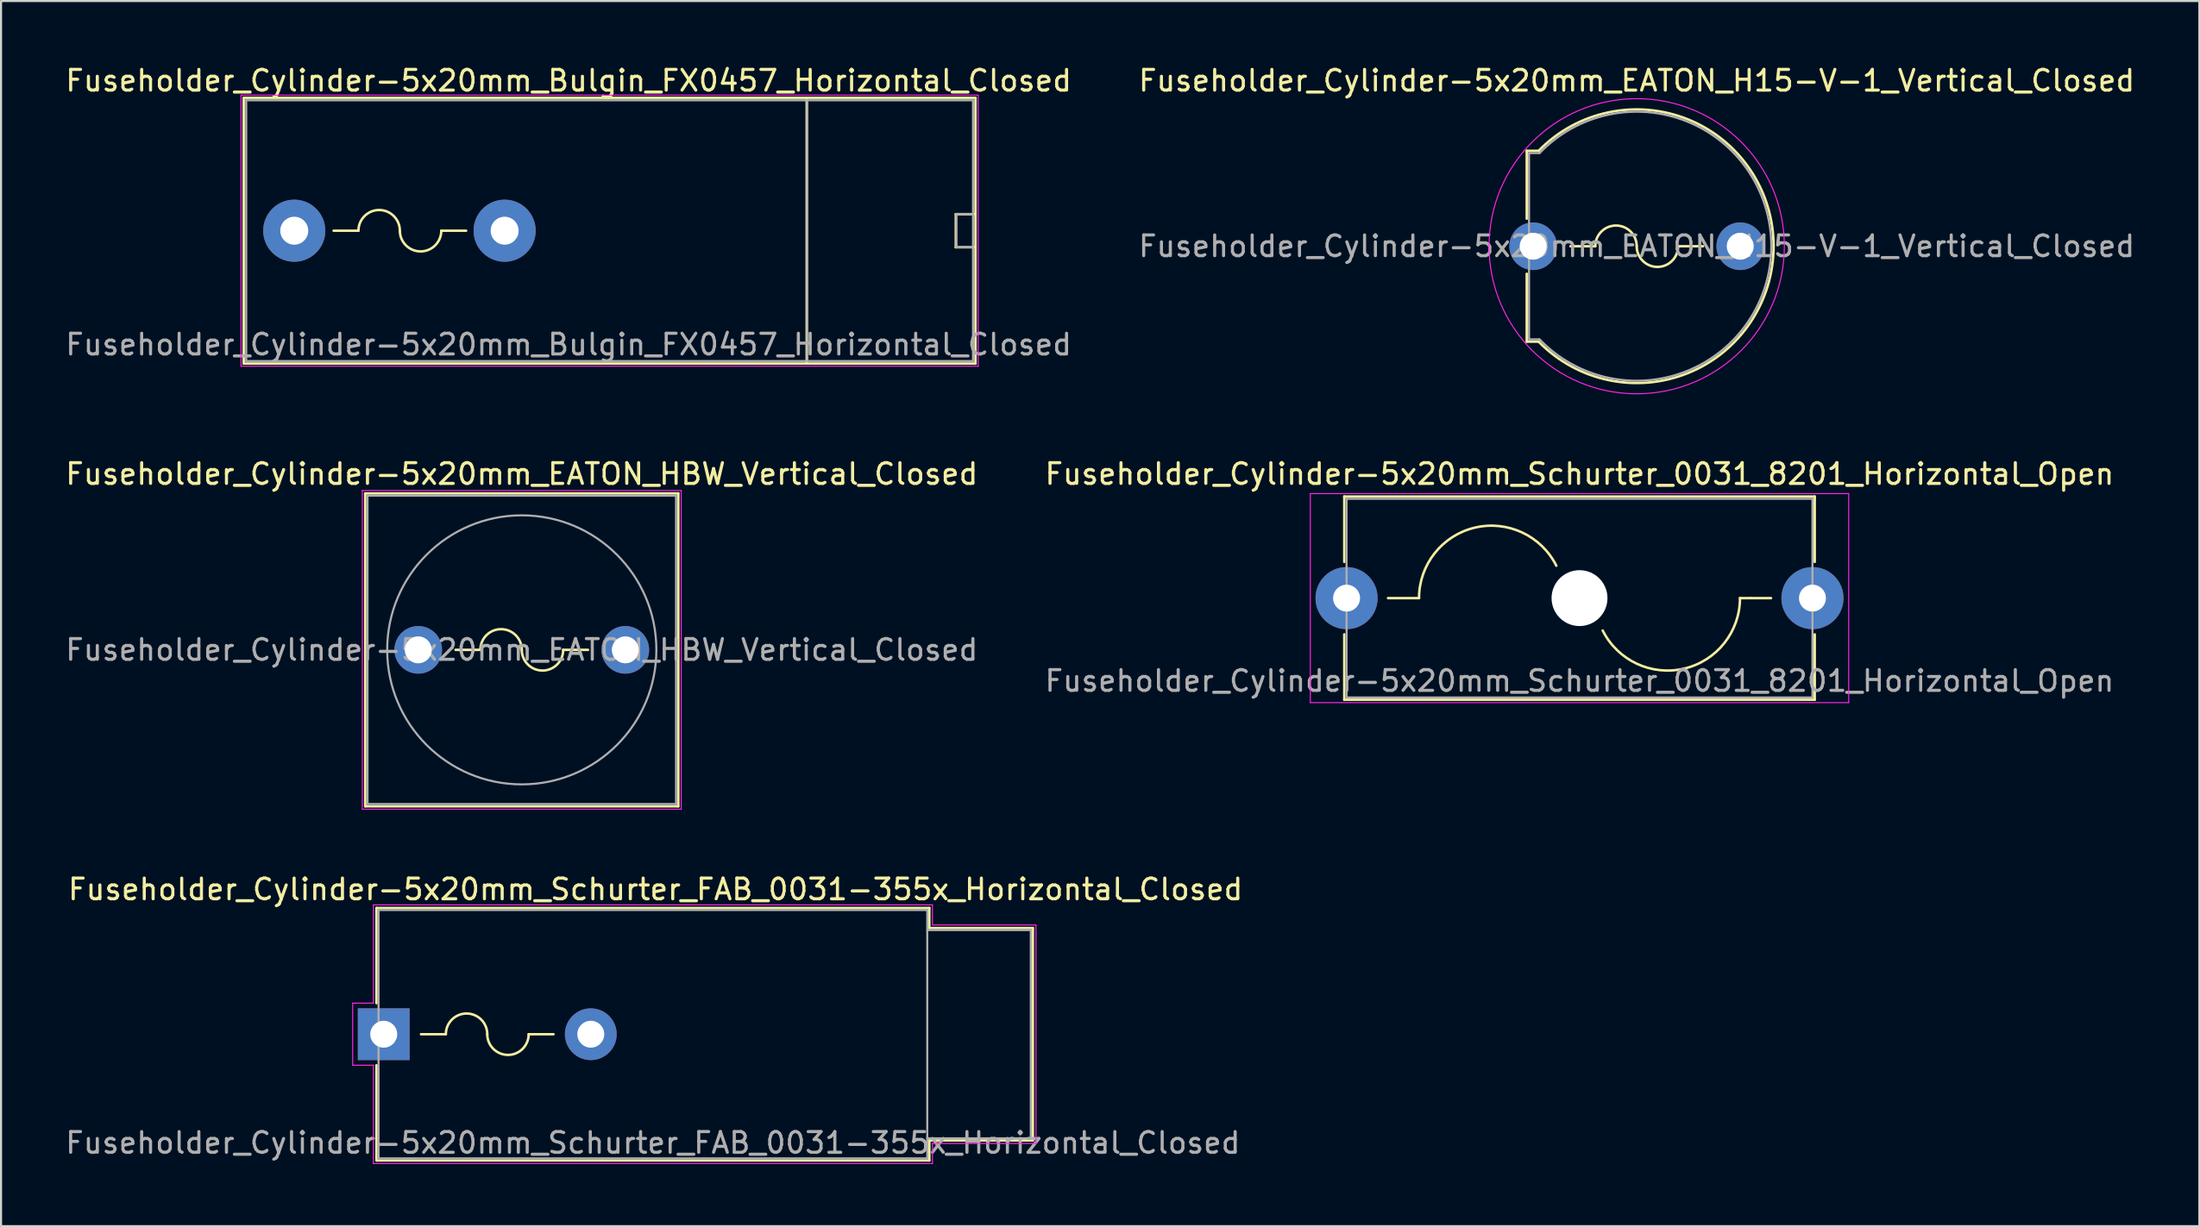
<source format=kicad_pcb>
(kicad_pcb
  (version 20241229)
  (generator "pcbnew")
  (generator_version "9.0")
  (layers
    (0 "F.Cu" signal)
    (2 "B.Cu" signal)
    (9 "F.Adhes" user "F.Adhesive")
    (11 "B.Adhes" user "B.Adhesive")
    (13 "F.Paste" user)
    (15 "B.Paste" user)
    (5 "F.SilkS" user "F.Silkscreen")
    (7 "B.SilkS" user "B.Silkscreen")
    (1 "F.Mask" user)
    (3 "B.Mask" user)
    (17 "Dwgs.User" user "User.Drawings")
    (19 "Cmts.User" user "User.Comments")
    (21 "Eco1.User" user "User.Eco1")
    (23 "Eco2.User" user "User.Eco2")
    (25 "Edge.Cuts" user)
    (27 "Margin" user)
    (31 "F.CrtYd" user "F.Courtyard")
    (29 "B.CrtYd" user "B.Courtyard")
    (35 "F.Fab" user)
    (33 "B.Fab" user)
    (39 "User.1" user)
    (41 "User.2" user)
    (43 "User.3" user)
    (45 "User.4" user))
  (footprint "Fuseholder_Cylinder-5x20mm_Schurter_0031_8201_Horizontal_Open"
    (layer "F.Cu")
    (at 61.982 25.852)
    (property "Reference" "Fuseholder_Cylinder-5x20mm_Schurter_0031_8201_Horizontal_Open" (at 11.25 -6 0) (layer "F.SilkS") (effects (font (size 1 1) (thickness 0.15))))
    (fp_line (start -0.11 -4.91) (end 22.61 -4.91) (stroke (width 0.12) (type solid)) (layer "F.SilkS"))
    (fp_line (start -0.11 -1.75) (end -0.11 -4.91) (stroke (width 0.12) (type solid)) (layer "F.SilkS"))
    (fp_line (start -0.11 4.91) (end -0.11 1.75) (stroke (width 0.12) (type solid)) (layer "F.SilkS"))
    (fp_line (start -0.11 4.91) (end 22.61 4.91) (stroke (width 0.12) (type solid)) (layer "F.SilkS"))
    (fp_line (start 2 0) (end 3.5 0) (stroke (width 0.12) (type solid)) (layer "F.SilkS"))
    (fp_line (start 19.5 0) (end 19 0) (stroke (width 0.12) (type solid)) (layer "F.SilkS"))
    (fp_line (start 20.5 0) (end 19.5 0) (stroke (width 0.12) (type solid)) (layer "F.SilkS"))
    (fp_line (start 22.61 -1.75) (end 22.61 -4.91) (stroke (width 0.12) (type solid)) (layer "F.SilkS"))
    (fp_line (start 22.61 4.91) (end 22.61 1.75) (stroke (width 0.12) (type solid)) (layer "F.SilkS"))
    (fp_arc (start 3.5 0) (mid 6.195865 -3.406371) (end 10.130495 -1.565248) (stroke (width 0.12) (type solid)) (layer "F.SilkS"))
    (fp_arc (start 19 0) (mid 16.304135 3.406371) (end 12.369505 1.565248) (stroke (width 0.12) (type solid)) (layer "F.SilkS"))
    (fp_line (start -1.75 -5.05) (end 24.25 -5.05) (stroke (width 0.05) (type solid)) (layer "F.CrtYd"))
    (fp_line (start -1.75 5.05) (end -1.75 -5.05) (stroke (width 0.05) (type solid)) (layer "F.CrtYd"))
    (fp_line (start 24.25 -5.05) (end 24.25 5.05) (stroke (width 0.05) (type solid)) (layer "F.CrtYd"))
    (fp_line (start 24.25 5.05) (end -1.75 5.05) (stroke (width 0.05) (type solid)) (layer "F.CrtYd"))
    (fp_line (start 0 -4.8) (end 0 4.8) (stroke (width 0.1) (type solid)) (layer "F.Fab"))
    (fp_line (start 0 4.8) (end 22.5 4.8) (stroke (width 0.1) (type solid)) (layer "F.Fab"))
    (fp_line (start 22.5 -4.8) (end 0 -4.8) (stroke (width 0.1) (type solid)) (layer "F.Fab"))
    (fp_line (start 22.5 4.8) (end 22.5 -4.8) (stroke (width 0.1) (type solid)) (layer "F.Fab"))
    (fp_text user "${REFERENCE}" (at 11.25 4 0) (layer "F.Fab") (effects (font (size 1 1) (thickness 0.15))))
    (pad "" np_thru_hole circle (at 11.25 0) (size 2.7 2.7) (drill 2.7) (layers "*.Cu" "*.Mask"))
    (pad "1" thru_hole circle (at 0 0) (size 3 3) (drill 1.3) (layers "*.Cu" "*.Mask"))
    (pad "2" thru_hole circle (at 22.5 0) (size 3 3) (drill 1.3) (layers "*.Cu" "*.Mask")))
  (footprint "Fuseholder_Cylinder-5x20mm_Bulgin_FX0457_Horizontal_Closed"
    (layer "F.Cu")
    (at 11.161 8.098)
    (property "Reference" "Fuseholder_Cylinder-5x20mm_Bulgin_FX0457_Horizontal_Closed" (at 13.25 -7.25 0) (layer "F.SilkS") (effects (font (size 1 1) (thickness 0.15))))
    (fp_line (start -2.44 -6.42) (end -2.44 6.42) (stroke (width 0.12) (type solid)) (layer "F.SilkS"))
    (fp_line (start -2.44 -6.42) (end 32.9 -6.42) (stroke (width 0.12) (type solid)) (layer "F.SilkS"))
    (fp_line (start 3.1 0) (end 1.9 0) (stroke (width 0.12) (type solid)) (layer "F.SilkS"))
    (fp_line (start 8.3 0) (end 7.1 0) (stroke (width 0.12) (type solid)) (layer "F.SilkS"))
    (fp_line (start 24.75 -6.4) (end 24.75 6.4) (stroke (width 0.12) (type solid)) (layer "F.SilkS"))
    (fp_line (start 31.95 -0.8) (end 31.95 0.8) (stroke (width 0.12) (type solid)) (layer "F.SilkS"))
    (fp_line (start 31.95 0.8) (end 32.85 0.8) (stroke (width 0.12) (type solid)) (layer "F.SilkS"))
    (fp_line (start 32.85 -0.8) (end 31.95 -0.8) (stroke (width 0.12) (type solid)) (layer "F.SilkS"))
    (fp_line (start 32.9 6.42) (end -2.44 6.42) (stroke (width 0.12) (type solid)) (layer "F.SilkS"))
    (fp_line (start 32.9 6.42) (end 32.9 -6.42) (stroke (width 0.12) (type solid)) (layer "F.SilkS"))
    (fp_arc (start 3.1 0) (mid 4.1 -1) (end 5.1 0) (stroke (width 0.12) (type solid)) (layer "F.SilkS"))
    (fp_arc (start 7.1 0) (mid 6.1 1) (end 5.1 0) (stroke (width 0.12) (type solid)) (layer "F.SilkS"))
    (fp_line (start -2.57 -6.55) (end -2.57 6.55) (stroke (width 0.05) (type solid)) (layer "F.CrtYd"))
    (fp_line (start -2.57 -6.55) (end 33.03 -6.55) (stroke (width 0.05) (type solid)) (layer "F.CrtYd"))
    (fp_line (start 33.03 6.55) (end -2.57 6.55) (stroke (width 0.05) (type solid)) (layer "F.CrtYd"))
    (fp_line (start 33.03 6.55) (end 33.03 -6.55) (stroke (width 0.05) (type solid)) (layer "F.CrtYd"))
    (fp_line (start -2.32 6.3) (end -2.32 -6.3) (stroke (width 0.1) (type solid)) (layer "F.Fab"))
    (fp_line (start -2.32 6.3) (end 32.78 6.3) (stroke (width 0.1) (type solid)) (layer "F.Fab"))
    (fp_line (start 24.78 6.3) (end 24.78 -6.3) (stroke (width 0.1) (type solid)) (layer "F.Fab"))
    (fp_line (start 31.98 -0.8) (end 31.98 0.8) (stroke (width 0.1) (type solid)) (layer "F.Fab"))
    (fp_line (start 31.98 0.8) (end 32.78 0.8) (stroke (width 0.1) (type solid)) (layer "F.Fab"))
    (fp_line (start 32.78 -6.3) (end -2.32 -6.3) (stroke (width 0.1) (type solid)) (layer "F.Fab"))
    (fp_line (start 32.78 -0.8) (end 31.98 -0.8) (stroke (width 0.1) (type solid)) (layer "F.Fab"))
    (fp_line (start 32.78 6.3) (end 32.78 -6.3) (stroke (width 0.1) (type solid)) (layer "F.Fab"))
    (fp_text user "${REFERENCE}" (at 13.25 5.5 0) (layer "F.Fab") (effects (font (size 1 1) (thickness 0.15))))
    (pad "1" thru_hole circle (at 0 0) (size 3 3) (drill 1.35) (layers "*.Cu" "*.Mask"))
    (pad "2" thru_hole circle (at 10.16 0) (size 3 3) (drill 1.35) (layers "*.Cu" "*.Mask")))
  (footprint "Fuseholder_Cylinder-5x20mm_Schurter_FAB_0031-355x_Horizontal_Closed"
    (layer "F.Cu")
    (at 15.482 46.925)
    (property "Reference" "Fuseholder_Cylinder-5x20mm_Schurter_FAB_0031-355x_Horizontal_Closed" (at 13.125 -7 0) (layer "F.SilkS") (effects (font (size 1 1) (thickness 0.15))))
    (fp_line (start -0.35 -6.1) (end -0.35 -1.5) (stroke (width 0.12) (type solid)) (layer "F.SilkS"))
    (fp_line (start -0.35 1.5) (end -0.35 6.1) (stroke (width 0.12) (type solid)) (layer "F.SilkS"))
    (fp_line (start -0.35 6.1) (end 26.35 6.1) (stroke (width 0.12) (type solid)) (layer "F.SilkS"))
    (fp_line (start 3 0) (end 1.8 0) (stroke (width 0.12) (type solid)) (layer "F.SilkS"))
    (fp_line (start 8.2 0) (end 7 0) (stroke (width 0.12) (type solid)) (layer "F.SilkS"))
    (fp_line (start 26.35 -6.1) (end -0.35 -6.1) (stroke (width 0.12) (type solid)) (layer "F.SilkS"))
    (fp_line (start 26.35 -5.13) (end 26.35 -6.1) (stroke (width 0.12) (type solid)) (layer "F.SilkS"))
    (fp_line (start 26.35 -5.13) (end 31.35 -5.13) (stroke (width 0.12) (type solid)) (layer "F.SilkS"))
    (fp_line (start 26.35 5.13) (end 26.35 6.1) (stroke (width 0.12) (type solid)) (layer "F.SilkS"))
    (fp_line (start 31.35 -5.13) (end 31.35 5.13) (stroke (width 0.12) (type solid)) (layer "F.SilkS"))
    (fp_line (start 31.35 5.13) (end 26.35 5.13) (stroke (width 0.12) (type solid)) (layer "F.SilkS"))
    (fp_arc (start 3 0) (mid 4 -1) (end 5 0) (stroke (width 0.12) (type solid)) (layer "F.SilkS"))
    (fp_arc (start 7 0) (mid 6 1) (end 5 0) (stroke (width 0.12) (type solid)) (layer "F.SilkS"))
    (fp_line (start -1.5 -1.5) (end -1.5 1.5) (stroke (width 0.05) (type solid)) (layer "F.CrtYd"))
    (fp_line (start -1.5 1.5) (end -0.5 1.5) (stroke (width 0.05) (type solid)) (layer "F.CrtYd"))
    (fp_line (start -0.5 -6.25) (end -0.5 -1.5) (stroke (width 0.05) (type solid)) (layer "F.CrtYd"))
    (fp_line (start -0.5 -6.25) (end 26.5 -6.25) (stroke (width 0.05) (type solid)) (layer "F.CrtYd"))
    (fp_line (start -0.5 -1.5) (end -1.5 -1.5) (stroke (width 0.05) (type solid)) (layer "F.CrtYd"))
    (fp_line (start -0.5 1.5) (end -0.5 6.25) (stroke (width 0.05) (type solid)) (layer "F.CrtYd"))
    (fp_line (start 26.5 -6.25) (end 26.5 -5.28) (stroke (width 0.05) (type solid)) (layer "F.CrtYd"))
    (fp_line (start 26.5 5.28) (end 26.5 6.25) (stroke (width 0.05) (type solid)) (layer "F.CrtYd"))
    (fp_line (start 26.5 5.28) (end 31.5 5.28) (stroke (width 0.05) (type solid)) (layer "F.CrtYd"))
    (fp_line (start 26.5 6.25) (end -0.5 6.25) (stroke (width 0.05) (type solid)) (layer "F.CrtYd"))
    (fp_line (start 31.5 -5.28) (end 26.5 -5.28) (stroke (width 0.05) (type solid)) (layer "F.CrtYd"))
    (fp_line (start 31.5 5.28) (end 31.5 -5.28) (stroke (width 0.05) (type solid)) (layer "F.CrtYd"))
    (fp_line (start -0.25 -6) (end 26.25 -6) (stroke (width 0.1) (type solid)) (layer "F.Fab"))
    (fp_line (start -0.25 6) (end -0.25 -6) (stroke (width 0.1) (type solid)) (layer "F.Fab"))
    (fp_line (start 26.25 -6) (end 26.25 6) (stroke (width 0.1) (type solid)) (layer "F.Fab"))
    (fp_line (start 26.25 -5.03) (end 31.25 -5.03) (stroke (width 0.1) (type solid)) (layer "F.Fab"))
    (fp_line (start 26.25 6) (end -0.25 6) (stroke (width 0.1) (type solid)) (layer "F.Fab"))
    (fp_line (start 31.25 -5.03) (end 31.25 5.03) (stroke (width 0.1) (type solid)) (layer "F.Fab"))
    (fp_line (start 31.25 5.03) (end 26.25 5.03) (stroke (width 0.1) (type solid)) (layer "F.Fab"))
    (fp_text user "${REFERENCE}" (at 13 5.25 0) (layer "F.Fab") (effects (font (size 1 1) (thickness 0.15))))
    (pad "1" thru_hole rect (at 0 0) (size 2.5 2.5) (drill 1.3) (layers "*.Cu" "*.Mask"))
    (pad "2" thru_hole circle (at 10 0) (size 2.5 2.5) (drill 1.3) (layers "*.Cu" "*.Mask")))
  (footprint "Fuseholder_Cylinder-5x20mm_EATON_H15-V-1_Vertical_Closed"
    (layer "F.Cu")
    (at 70.994 8.848)
    (property "Reference" "Fuseholder_Cylinder-5x20mm_EATON_H15-V-1_Vertical_Closed" (at 5 -8 0) (layer "F.SilkS") (effects (font (size 1 1) (thickness 0.15))))
    (fp_line (start -0.31 -4.61) (end -0.31 -1.33) (stroke (width 0.12) (type solid)) (layer "F.SilkS"))
    (fp_line (start -0.31 1.33) (end -0.31 4.61) (stroke (width 0.12) (type solid)) (layer "F.SilkS"))
    (fp_line (start 0.26 -4.61) (end -0.31 -4.61) (stroke (width 0.12) (type solid)) (layer "F.SilkS"))
    (fp_line (start 0.26 4.61) (end -0.31 4.61) (stroke (width 0.12) (type solid)) (layer "F.SilkS"))
    (fp_line (start 3 0) (end 1.8 0) (stroke (width 0.12) (type solid)) (layer "F.SilkS"))
    (fp_line (start 8.2 0) (end 7 0) (stroke (width 0.12) (type solid)) (layer "F.SilkS"))
    (fp_arc (start 0.261221 -4.608261) (mid 7.486842 -6.124354) (end 11.61 0) (stroke (width 0.12) (type solid)) (layer "F.SilkS"))
    (fp_arc (start 3 0) (mid 4 -1) (end 5 0) (stroke (width 0.12) (type solid)) (layer "F.SilkS"))
    (fp_arc (start 7 0) (mid 6 1) (end 5 0) (stroke (width 0.12) (type solid)) (layer "F.SilkS"))
    (fp_arc (start 11.61 0) (mid 7.486842 6.124354) (end 0.261221 4.608261) (stroke (width 0.12) (type solid)) (layer "F.SilkS"))
    (fp_circle (center 5 0) (end 12.13 0) (stroke (width 0.05) (type solid)) (fill no) (layer "F.CrtYd"))
    (fp_line (start -0.2 -4.5) (end -0.2 4.5) (stroke (width 0.1) (type solid)) (layer "F.Fab"))
    (fp_line (start 0.3 -4.5) (end -0.2 -4.5) (stroke (width 0.1) (type solid)) (layer "F.Fab"))
    (fp_line (start 0.3 4.5) (end -0.2 4.5) (stroke (width 0.1) (type solid)) (layer "F.Fab"))
    (fp_arc (start 0.308559 -4.498931) (mid 7.424421 -6.030935) (end 11.5 0) (stroke (width 0.1) (type solid)) (layer "F.Fab"))
    (fp_arc (start 11.5 0) (mid 7.424421 6.030936) (end 0.308559 4.498931) (stroke (width 0.1) (type solid)) (layer "F.Fab"))
    (fp_text user "${REFERENCE}" (at 5 0 0) (layer "F.Fab") (effects (font (size 1 1) (thickness 0.15))))
    (pad "1" thru_hole circle (at 0 0) (size 2.3 2.3) (drill 1.3) (layers "*.Cu" "*.Mask"))
    (pad "2" thru_hole circle (at 10 0) (size 2.3 2.3) (drill 1.3) (layers "*.Cu" "*.Mask")))
  (footprint "Fuseholder_Cylinder-5x20mm_EATON_HBW_Vertical_Closed"
    (layer "F.Cu")
    (at 17.149 28.352)
    (property "Reference" "Fuseholder_Cylinder-5x20mm_EATON_HBW_Vertical_Closed" (at 5 -8.5 0) (layer "F.SilkS") (effects (font (size 1 1) (thickness 0.15))))
    (fp_line (start -2.56 -7.56) (end 12.56 -7.56) (stroke (width 0.12) (type solid)) (layer "F.SilkS"))
    (fp_line (start -2.56 7.56) (end -2.56 -7.56) (stroke (width 0.12) (type solid)) (layer "F.SilkS"))
    (fp_line (start 3 0) (end 1.8 0) (stroke (width 0.12) (type solid)) (layer "F.SilkS"))
    (fp_line (start 8.2 0) (end 7 0) (stroke (width 0.12) (type solid)) (layer "F.SilkS"))
    (fp_line (start 12.56 -7.56) (end 12.56 7.56) (stroke (width 0.12) (type solid)) (layer "F.SilkS"))
    (fp_line (start 12.56 7.56) (end -2.56 7.56) (stroke (width 0.12) (type solid)) (layer "F.SilkS"))
    (fp_arc (start 3 0) (mid 4 -1) (end 5 0) (stroke (width 0.12) (type solid)) (layer "F.SilkS"))
    (fp_arc (start 7 0) (mid 6 1) (end 5 0) (stroke (width 0.12) (type solid)) (layer "F.SilkS"))
    (fp_line (start -2.7 -7.7) (end 12.7 -7.7) (stroke (width 0.05) (type solid)) (layer "F.CrtYd"))
    (fp_line (start -2.7 7.7) (end -2.7 -7.7) (stroke (width 0.05) (type solid)) (layer "F.CrtYd"))
    (fp_line (start 12.7 -7.7) (end 12.7 7.7) (stroke (width 0.05) (type solid)) (layer "F.CrtYd"))
    (fp_line (start 12.7 7.7) (end -2.7 7.7) (stroke (width 0.05) (type solid)) (layer "F.CrtYd"))
    (fp_line (start -2.45 -7.45) (end 12.45 -7.45) (stroke (width 0.1) (type solid)) (layer "F.Fab"))
    (fp_line (start -2.45 7.45) (end -2.45 -7.45) (stroke (width 0.1) (type solid)) (layer "F.Fab"))
    (fp_line (start 12.45 -7.45) (end 12.45 7.45) (stroke (width 0.1) (type solid)) (layer "F.Fab"))
    (fp_line (start 12.45 7.45) (end -2.45 7.45) (stroke (width 0.1) (type solid)) (layer "F.Fab"))
    (fp_circle (center 5 0) (end 11.5 0) (stroke (width 0.1) (type solid)) (fill no) (layer "F.Fab"))
    (fp_text user "${REFERENCE}" (at 5 0 0) (layer "F.Fab") (effects (font (size 1 1) (thickness 0.15))))
    (pad "1" thru_hole circle (at 0 0) (size 2.3 2.3) (drill 1.3) (layers "*.Cu" "*.Mask"))
    (pad "2" thru_hole circle (at 10 0) (size 2.3 2.3) (drill 1.3) (layers "*.Cu" "*.Mask")))
  (gr_rect
    (start -3 -3)
    (end 103.167 56.2)
    (stroke (width 0.1) (type default))
    (fill no)
    (layer "Edge.Cuts")))
</source>
